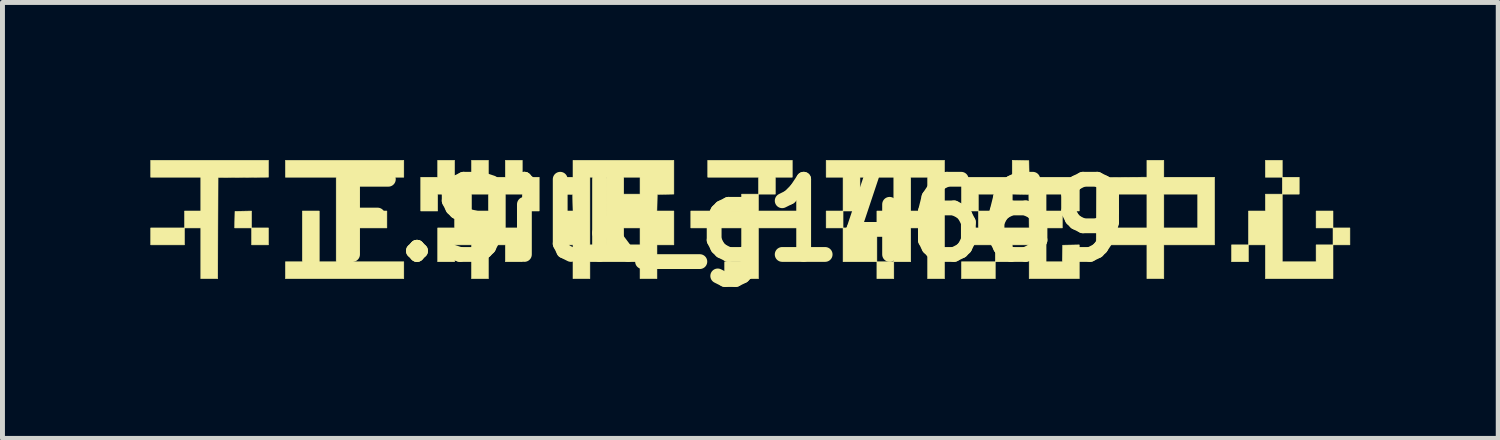
<source format=kicad_pcb>
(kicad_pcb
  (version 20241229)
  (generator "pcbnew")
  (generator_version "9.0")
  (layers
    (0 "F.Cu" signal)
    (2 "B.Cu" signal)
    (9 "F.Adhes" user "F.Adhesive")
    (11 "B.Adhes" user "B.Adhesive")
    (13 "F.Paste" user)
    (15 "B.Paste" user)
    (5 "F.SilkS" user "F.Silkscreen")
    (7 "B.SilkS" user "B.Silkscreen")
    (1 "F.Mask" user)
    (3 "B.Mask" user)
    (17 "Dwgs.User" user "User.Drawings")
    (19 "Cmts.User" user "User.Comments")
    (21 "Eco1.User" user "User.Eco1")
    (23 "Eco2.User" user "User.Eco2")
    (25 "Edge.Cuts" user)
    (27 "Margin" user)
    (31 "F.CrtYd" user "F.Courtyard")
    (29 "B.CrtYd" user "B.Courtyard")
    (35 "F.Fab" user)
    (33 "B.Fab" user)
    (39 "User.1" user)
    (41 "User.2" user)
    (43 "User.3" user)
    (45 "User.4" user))
  (footprint "F.Silk_g14669"
    (layer "F.Cu")
    (at 11.752 1.418)
    (property "Reference" "F.Silk_g14669" (at 0 0 0) (layer "F.SilkS") (effects (font (size 1.524 1.524) (thickness 0.3))))
    (attr through_hole)
    (fp_poly (pts (xy -11.062 0.495) (xy -11.748 0.495) (xy -11.748 0.152) (xy -11.062 0.152) (xy -11.062 0.495)) (stroke (width 0.01) (type solid)) (fill yes) (layer "F.SilkS"))
    (fp_poly (pts (xy -9.703 0.152) (xy -10.046 0.152) (xy -10.039 -0.184) (xy -9.703 -0.191) (xy -9.703 0.152)) (stroke (width 0.01) (type solid)) (fill yes) (layer "F.SilkS"))
    (fp_poly (pts (xy -9.36 0.495) (xy -9.703 0.495) (xy -9.703 0.152) (xy -9.36 0.152) (xy -9.36 0.495)) (stroke (width 0.01) (type solid)) (fill yes) (layer "F.SilkS"))
    (fp_poly (pts (xy 5.372 1.181) (xy 4.686 1.181) (xy 4.686 0.838) (xy 5.372 0.838) (xy 5.372 1.181)) (stroke (width 0.01) (type solid)) (fill yes) (layer "F.SilkS"))
    (fp_poly (pts (xy 10.503 0.838) (xy 10.16 0.838) (xy 10.16 0.495) (xy 10.503 0.495) (xy 10.503 0.838)) (stroke (width 0.01) (type solid)) (fill yes) (layer "F.SilkS"))
    (fp_poly (pts (xy 11.189 -0.876) (xy 10.846 -0.876) (xy 10.846 -1.219) (xy 11.189 -1.219) (xy 11.189 -0.876)) (stroke (width 0.01) (type solid)) (fill yes) (layer "F.SilkS"))
    (fp_poly (pts (xy 11.532 -0.533) (xy 11.189 -0.533) (xy 11.189 -0.876) (xy 11.532 -0.876) (xy 11.532 -0.533)) (stroke (width 0.01) (type solid)) (fill yes) (layer "F.SilkS"))
    (fp_poly (pts (xy 12.217 0.152) (xy 11.874 0.152) (xy 11.874 -0.191) (xy 12.217 -0.191) (xy 12.217 0.152)) (stroke (width 0.01) (type solid)) (fill yes) (layer "F.SilkS"))
    (fp_poly (pts (xy 12.56 0.495) (xy 12.217 0.495) (xy 12.217 0.152) (xy 12.56 0.152) (xy 12.56 0.495)) (stroke (width 0.01) (type solid)) (fill yes) (layer "F.SilkS"))
    (fp_poly (pts (xy 1.257 -0.876) (xy 0.914 -0.876) (xy 0.914 -0.533) (xy 0.572 -0.533) (xy 0.572 -0.876) (xy -0.457 -0.876) (xy -0.457 -1.219) (xy 1.257 -1.219) (xy 1.257 -0.876)) (stroke (width 0.01) (type solid)) (fill yes) (layer "F.SilkS"))
    (fp_poly (pts (xy 10.503 -0.191) (xy 10.846 -0.191) (xy 10.846 -0.533) (xy 11.189 -0.533) (xy 11.189 0.838) (xy 11.874 0.838) (xy 11.874 0.495) (xy 12.217 0.495) (xy 12.217 1.181) (xy 10.846 1.181) (xy 10.846 0.495) (xy 10.503 0.495) (xy 10.503 -0.191)) (stroke (width 0.01) (type solid)) (fill yes) (layer "F.SilkS"))
    (fp_poly (pts (xy -11.062 -0.191) (xy -10.732 -0.191) (xy -10.732 -0.876) (xy -11.748 -0.876) (xy -11.748 -1.219) (xy -9.36 -1.219) (xy -9.36 -0.877) (xy -9.871 -0.873) (xy -10.382 -0.87) (xy -10.386 0.156) (xy -10.389 1.181) (xy -10.732 1.181) (xy -10.732 0.152) (xy -11.062 0.152) (xy -11.062 -0.191)) (stroke (width 0.01) (type solid)) (fill yes) (layer "F.SilkS"))
    (fp_poly (pts (xy 0.572 -0.191) (xy 1.6 -0.191) (xy 1.6 0.152) (xy 0.572 0.152) (xy 0.572 1.181) (xy -0.114 1.181) (xy -0.114 0.838) (xy 0.229 0.838) (xy 0.229 0.152) (xy -0.8 0.152) (xy -0.8 -0.191) (xy 0.229 -0.191) (xy 0.229 -0.533) (xy 0.572 -0.533) (xy 0.572 -0.191)) (stroke (width 0.01) (type solid)) (fill yes) (layer "F.SilkS"))
    (fp_poly (pts (xy -6.617 -0.876) (xy -7.645 -0.876) (xy -7.645 -0.191) (xy -6.96 -0.191) (xy -6.96 0.152) (xy -7.645 0.152) (xy -7.645 0.838) (xy -6.617 0.838) (xy -6.617 1.181) (xy -9.017 1.181) (xy -9.017 0.838) (xy -8.674 0.838) (xy -8.674 -0.191) (xy -8.331 -0.191) (xy -8.331 0.838) (xy -7.988 0.838) (xy -7.988 -0.876) (xy -9.017 -0.876) (xy -9.017 -1.219) (xy -6.617 -1.219) (xy -6.617 -0.876)) (stroke (width 0.01) (type solid)) (fill yes) (layer "F.SilkS"))
    (fp_poly (pts (xy 8.788 -0.876) (xy 9.817 -0.876) (xy 9.817 0.495) (xy 8.788 0.495) (xy 8.788 1.181) (xy 8.445 1.181) (xy 8.445 0.495) (xy 7.417 0.495) (xy 7.42 -0.187) (xy 7.422 -0.533) (xy 7.76 -0.533) (xy 7.76 0.152) (xy 8.445 0.152) (xy 8.445 -0.533) (xy 8.788 -0.533) (xy 8.788 0.152) (xy 9.474 0.152) (xy 9.474 -0.533) (xy 8.788 -0.533) (xy 8.445 -0.533) (xy 7.76 -0.533) (xy 7.422 -0.533) (xy 7.423 -0.87) (xy 7.934 -0.873) (xy 8.445 -0.877) (xy 8.445 -1.219) (xy 8.788 -1.219) (xy 8.788 -0.876)) (stroke (width 0.01) (type solid)) (fill yes) (layer "F.SilkS"))
    (fp_poly (pts (xy 4.343 1.181) (xy 4 1.181) (xy 4 0.152) (xy 3.658 0.152) (xy 3.658 0.838) (xy 3.315 0.838) (xy 3.315 1.181) (xy 2.972 1.181) (xy 2.972 0.838) (xy 2.286 0.838) (xy 2.286 0.152) (xy 1.943 0.152) (xy 1.943 -0.191) (xy 2.286 -0.191) (xy 2.286 0.152) (xy 2.972 0.152) (xy 2.972 0.838) (xy 3.315 0.838) (xy 3.315 0.152) (xy 2.972 0.152) (xy 2.972 -0.191) (xy 3.315 -0.191) (xy 3.315 -0.876) (xy 3.658 -0.876) (xy 3.658 -0.191) (xy 4 -0.191) (xy 4 -0.876) (xy 3.658 -0.876) (xy 3.315 -0.876) (xy 2.629 -0.876) (xy 2.629 -0.191) (xy 2.286 -0.191) (xy 2.286 -0.876) (xy 1.943 -0.876) (xy 1.943 -1.219) (xy 4.343 -1.219) (xy 4.343 1.181)) (stroke (width 0.01) (type solid)) (fill yes) (layer "F.SilkS"))
    (fp_poly (pts (xy -5.588 -0.876) (xy -5.245 -0.876) (xy -5.245 -1.219) (xy -4.902 -1.219) (xy -4.902 -0.876) (xy -4.559 -0.876) (xy -4.559 -1.219) (xy -4.216 -1.219) (xy -4.216 -0.876) (xy -3.873 -0.876) (xy -3.873 -0.191) (xy -4.216 -0.191) (xy -4.216 -0.533) (xy -4.559 -0.533) (xy -4.559 0.152) (xy -4.216 0.152) (xy -4.216 0.838) (xy -4.559 0.838) (xy -4.559 0.495) (xy -4.902 0.495) (xy -4.902 1.181) (xy -5.245 1.181) (xy -5.245 0.495) (xy -5.588 0.495) (xy -5.588 0.838) (xy -5.931 0.838) (xy -5.931 0.152) (xy -5.588 0.152) (xy -5.588 -0.533) (xy -5.245 -0.533) (xy -5.245 -0.191) (xy -4.902 -0.191) (xy -4.902 -0.533) (xy -5.245 -0.533) (xy -5.588 -0.533) (xy -5.931 -0.533) (xy -5.931 -0.191) (xy -6.274 -0.191) (xy -6.274 -0.876) (xy -5.931 -0.876) (xy -5.931 -1.219) (xy -5.588 -1.219) (xy -5.588 -0.876)) (stroke (width 0.01) (type solid)) (fill yes) (layer "F.SilkS"))
    (fp_poly (pts (xy -1.143 -0.534) (xy -1.48 -0.527) (xy -1.487 -0.191) (xy -1.143 -0.191) (xy -1.143 0.495) (xy -1.486 0.495) (xy -1.486 1.181) (xy -1.829 1.181) (xy -1.829 0.838) (xy -2.845 0.838) (xy -2.845 1.181) (xy -3.188 1.181) (xy -3.188 0.495) (xy -2.845 0.495) (xy -2.502 0.495) (xy -2.503 0.152) (xy -2.159 0.152) (xy -2.159 0.495) (xy -1.829 0.495) (xy -1.829 0.152) (xy -2.159 0.152) (xy -2.503 0.152) (xy -2.508 -0.87) (xy -2.81 -0.876) (xy -2.159 -0.876) (xy -2.159 -0.533) (xy -1.829 -0.533) (xy -1.829 -0.876) (xy -2.159 -0.876) (xy -2.81 -0.876) (xy -2.845 -0.877) (xy -2.845 0.495) (xy -3.188 0.495) (xy -3.531 0.495) (xy -3.531 -0.191) (xy -3.187 -0.191) (xy -3.191 -0.359) (xy -3.194 -0.527) (xy -3.531 -0.534) (xy -3.531 -0.876) (xy -3.188 -0.876) (xy -3.188 -1.219) (xy -1.143 -1.219) (xy -1.143 -0.534)) (stroke (width 0.01) (type solid)) (fill yes) (layer "F.SilkS"))
    (fp_poly (pts (xy 6.052 -1.213) (xy 6.055 -1.045) (xy 6.059 -0.876) (xy 7.074 -0.876) (xy 7.074 -0.191) (xy 6.731 -0.191) (xy 6.731 0.152) (xy 6.401 0.152) (xy 6.401 0.838) (xy 6.73 0.838) (xy 6.737 0.502) (xy 7.074 0.495) (xy 7.074 1.181) (xy 6.058 1.181) (xy 6.058 0.495) (xy 5.715 0.495) (xy 5.715 0.838) (xy 5.372 0.838) (xy 5.372 0.495) (xy 4.686 0.495) (xy 4.686 0.152) (xy 5.029 0.152) (xy 5.029 -0.191) (xy 4.686 -0.191) (xy 4.686 -0.533) (xy 5.029 -0.533) (xy 5.029 -0.191) (xy 5.372 -0.191) (xy 5.372 0.152) (xy 6.058 0.152) (xy 6.052 -0.527) (xy 5.75 -0.533) (xy 6.401 -0.533) (xy 6.401 -0.191) (xy 6.731 -0.191) (xy 6.731 -0.533) (xy 6.401 -0.533) (xy 5.75 -0.533) (xy 5.715 -0.534) (xy 5.715 -0.191) (xy 5.372 -0.191) (xy 5.372 -0.533) (xy 5.029 -0.533) (xy 4.686 -0.533) (xy 4.686 -0.876) (xy 5.715 -0.876) (xy 5.715 -1.22) (xy 6.052 -1.213)) (stroke (width 0.01) (type solid)) (fill yes) (layer "F.SilkS")))
  (gr_rect
    (start -3 -3)
    (end 27.318 5.836)
    (stroke (width 0.1) (type default))
    (fill no)
    (layer "Edge.Cuts")))
</source>
